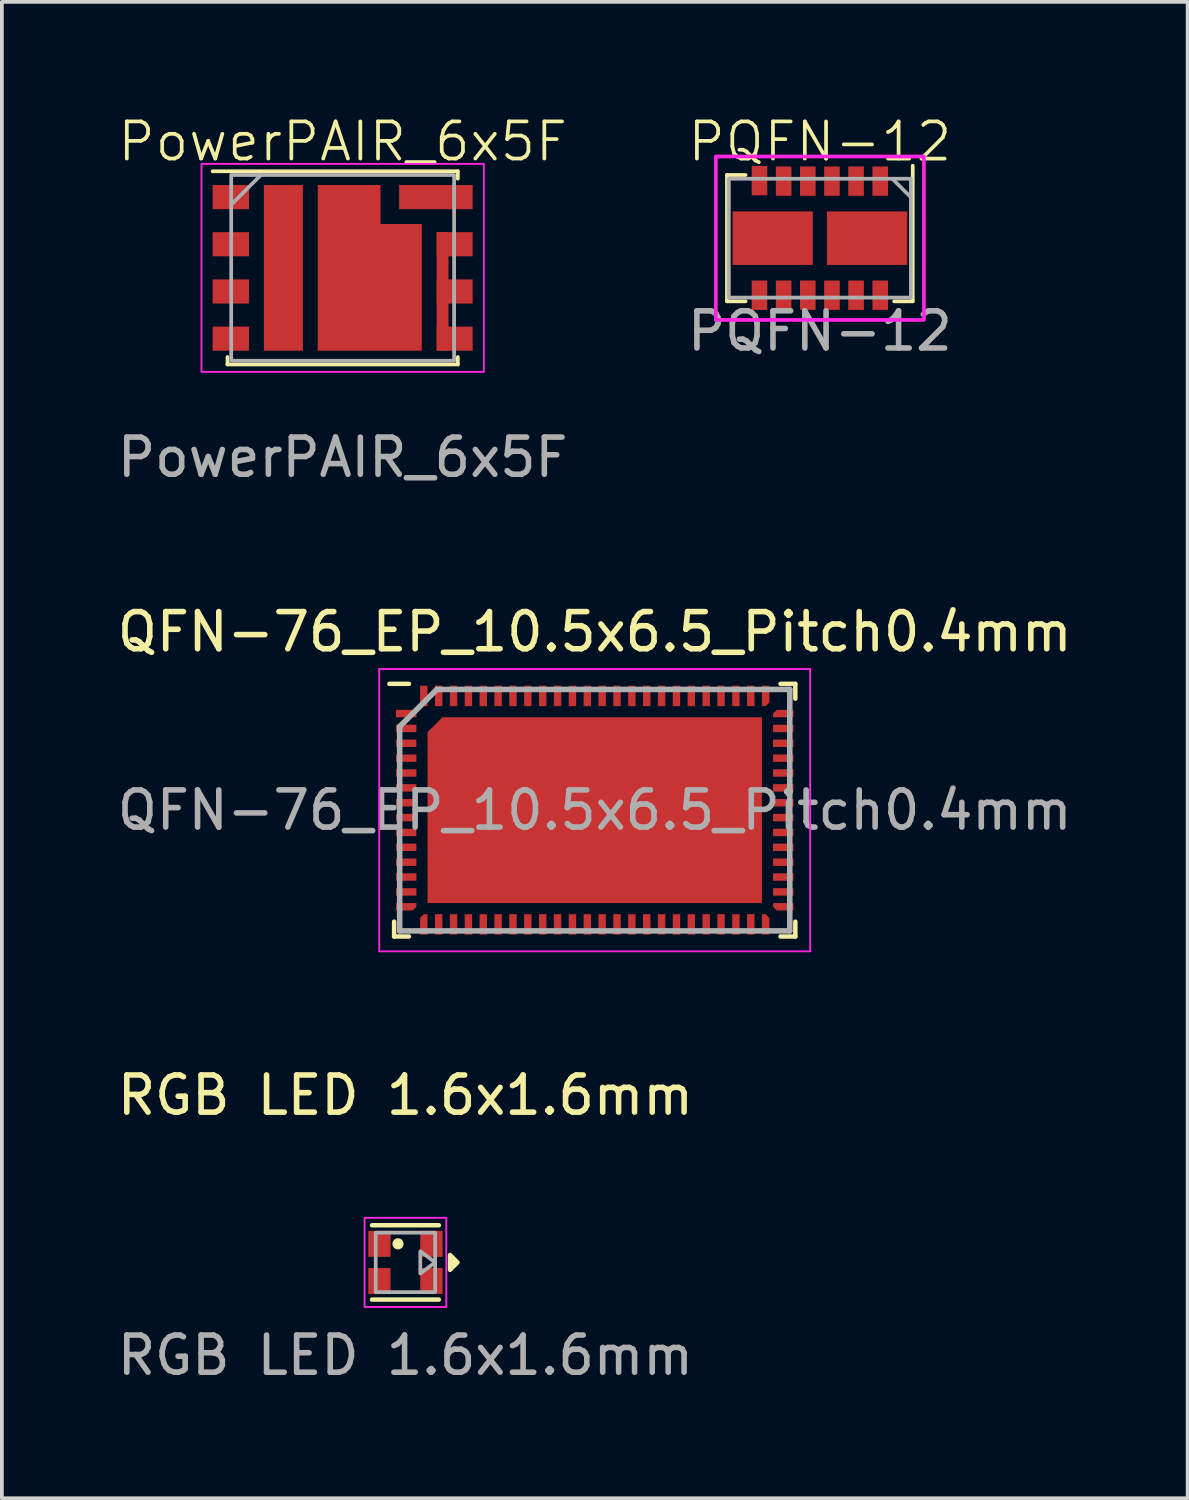
<source format=kicad_pcb>
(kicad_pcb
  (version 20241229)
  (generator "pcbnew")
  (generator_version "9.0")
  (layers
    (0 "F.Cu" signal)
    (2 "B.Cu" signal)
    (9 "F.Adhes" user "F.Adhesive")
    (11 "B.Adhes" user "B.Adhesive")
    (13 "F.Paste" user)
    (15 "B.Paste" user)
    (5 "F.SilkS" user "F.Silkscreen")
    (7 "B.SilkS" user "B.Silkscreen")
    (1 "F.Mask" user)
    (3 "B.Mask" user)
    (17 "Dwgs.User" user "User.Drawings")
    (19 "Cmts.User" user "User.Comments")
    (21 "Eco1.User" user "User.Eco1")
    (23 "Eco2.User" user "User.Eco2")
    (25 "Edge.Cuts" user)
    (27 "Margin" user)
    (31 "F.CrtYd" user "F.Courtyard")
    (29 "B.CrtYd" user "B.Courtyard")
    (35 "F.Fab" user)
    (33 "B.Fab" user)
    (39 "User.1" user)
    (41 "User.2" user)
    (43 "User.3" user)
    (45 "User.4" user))
  (footprint "RGB LED 1.6x1.6mm"
    (layer "F.Cu")
    (at 7.863 30.93)
    (property "Reference" "RGB LED 1.6x1.6mm" (at 0 -4.5 0) (unlocked yes) (layer "F.SilkS") (effects (font (size 1 1) (thickness 0.15))))
    (attr smd)
    (fp_line (start -0.9 -1) (end 0.9 -1) (stroke (width 0.12) (type solid)) (layer "F.SilkS"))
    (fp_line (start -0.9 1) (end 0.9 1) (stroke (width 0.12) (type solid)) (layer "F.SilkS"))
    (fp_circle (center -0.2 -0.5) (end -0.05 -0.5) (stroke (width 0) (type solid)) (fill yes) (layer "F.SilkS"))
    (fp_poly (pts (xy 1.4 0) (xy 1.2 0.2) (xy 1.2 -0.2)) (stroke (width 0.12) (type solid)) (fill yes) (layer "F.SilkS"))
    (fp_rect (start -1.1 -1.2) (end 1.1 1.2) (stroke (width 0.05) (type solid)) (fill no) (layer "F.CrtYd"))
    (fp_rect (start -0.8 -0.8) (end 0.8 0.8) (stroke (width 0.1) (type solid)) (fill no) (layer "F.Fab"))
    (fp_poly (pts (xy 0.8 0) (xy 0.4 0.3) (xy 0.4 -0.3)) (stroke (width 0.1) (type solid)) (fill no) (layer "F.Fab"))
    (fp_text user "${REFERENCE}" (at 0 2.5 0) (unlocked yes) (layer "F.Fab") (effects (font (size 1 1) (thickness 0.15))))
    (pad "1" smd rect (at -0.7 -0.5) (size 0.6 0.7) (layers "F.Cu" "F.Mask" "F.Paste"))
    (pad "2" smd rect (at 0.7 -0.5) (size 0.6 0.7) (layers "F.Cu" "F.Mask" "F.Paste"))
    (pad "3" smd rect (at -0.7 0.5) (size 0.6 0.7) (layers "F.Cu" "F.Mask" "F.Paste"))
    (pad "4" smd rect (at 0.7 0.5) (size 0.6 0.7) (layers "F.Cu" "F.Mask" "F.Paste")))
  (footprint "PQFN-12"
    (layer "F.Cu")
    (at 19.018 3.361)
    (property "Reference" "PQFN-12" (at 0 -2.6 0) (unlocked yes) (layer "F.SilkS") (effects (font (size 1 1) (thickness 0.1))))
    (attr smd)
    (fp_line (start -2.5 -1.7) (end -2.5 1.7) (stroke (width 0.1) (type default)) (layer "F.SilkS"))
    (fp_line (start -2.5 -1.7) (end -2 -1.7) (stroke (width 0.1) (type default)) (layer "F.SilkS"))
    (fp_line (start -2 1.7) (end -2.5 1.7) (stroke (width 0.1) (type default)) (layer "F.SilkS"))
    (fp_line (start 2 1.7) (end 2.5 1.7) (stroke (width 0.1) (type default)) (layer "F.SilkS"))
    (fp_line (start 2.5 1.7) (end 2.5 -1.95) (stroke (width 0.1) (type default)) (layer "F.SilkS"))
    (fp_rect (start -2.8 -2.2) (end 2.8 2.2) (stroke (width 0.1) (type default)) (fill no) (layer "F.CrtYd"))
    (fp_line (start 2.45 -1.1) (end 1.95 -1.6) (stroke (width 0.1) (type default)) (layer "F.Fab"))
    (fp_rect (start -2.45 -1.6) (end 2.45 1.6) (stroke (width 0.1) (type default)) (fill no) (layer "F.Fab"))
    (fp_text user "${REFERENCE}" (at 0 2.5 0) (unlocked yes) (layer "F.Fab") (effects (font (size 1 1) (thickness 0.15))))
    (pad "1" smd trapezoid (at 1.625 -1.535) (size 0.42 0.79) (layers "F.Cu" "F.Mask" "F.Paste"))
    (pad "2" smd trapezoid (at 0.975 -1.535) (size 0.42 0.79) (layers "F.Cu" "F.Mask" "F.Paste"))
    (pad "3" smd trapezoid (at 0.325 -1.535) (size 0.42 0.79) (layers "F.Cu" "F.Mask" "F.Paste"))
    (pad "4" smd trapezoid (at -0.325 -1.535) (size 0.42 0.79) (layers "F.Cu" "F.Mask" "F.Paste"))
    (pad "5" smd trapezoid (at -0.975 -1.535) (size 0.42 0.79) (layers "F.Cu" "F.Mask" "F.Paste"))
    (pad "6" smd trapezoid (at -1.625 -1.55) (size 0.42 0.79) (layers "F.Cu" "F.Mask" "F.Paste"))
    (pad "7" smd trapezoid (at -1.625 1.535) (size 0.42 0.79) (layers "F.Cu" "F.Mask" "F.Paste"))
    (pad "8" smd trapezoid (at -0.975 1.535) (size 0.42 0.79) (layers "F.Cu" "F.Mask" "F.Paste"))
    (pad "9" smd trapezoid (at -0.325 1.535) (size 0.42 0.79) (layers "F.Cu" "F.Mask" "F.Paste"))
    (pad "10" smd trapezoid (at 0.325 1.535) (size 0.42 0.79) (layers "F.Cu" "F.Mask" "F.Paste"))
    (pad "11" smd trapezoid (at 0.975 1.535) (size 0.42 0.79) (layers "F.Cu" "F.Mask" "F.Paste"))
    (pad "12" smd trapezoid (at 1.625 1.535) (size 0.42 0.79) (layers "F.Cu" "F.Mask" "F.Paste"))
    (pad "13" smd trapezoid (at 1.27 0) (size 2.16 1.44) (layers "F.Cu" "F.Mask"))
    (pad "13" smd roundrect (at 1.3 0) (size 1.96 1.24) (layers "F.Cu" "F.Paste") (roundrect_rratio 0.174))
    (pad "14" smd roundrect (at -1.3 0) (size 1.96 1.24) (layers "F.Cu" "F.Paste") (roundrect_rratio 0.174))
    (pad "14" smd trapezoid (at -1.27 0) (size 2.16 1.44) (layers "F.Cu" "F.Mask")))
  (footprint "PowerPAIR_6x5F"
    (layer "F.Cu")
    (at 6.173 4.16)
    (property "Reference" "PowerPAIR_6x5F" (at 0 -3.4 0) (unlocked yes) (layer "F.SilkS") (effects (font (size 1 1) (thickness 0.1))))
    (attr smd)
    (fp_rect (start 2.53 -0.96) (end 2.85 2.23) (stroke (width 0) (type solid)) (fill yes) (layer "F.Cu"))
    (fp_rect (start 2.53 -0.96) (end 2.85 2.23) (stroke (width 0) (type solid)) (fill yes) (layer "F.Mask"))
    (fp_line (start -3.5 -2.6) (end 3.1 -2.6) (stroke (width 0.1) (type default)) (layer "F.SilkS"))
    (fp_line (start -3.1 2.6) (end -3.1 2.4) (stroke (width 0.1) (type default)) (layer "F.SilkS"))
    (fp_line (start 3.1 -2.6) (end 3.1 -2.4) (stroke (width 0.1) (type default)) (layer "F.SilkS"))
    (fp_line (start 3.1 2.4) (end 3.1 2.6) (stroke (width 0.1) (type default)) (layer "F.SilkS"))
    (fp_line (start 3.1 2.6) (end -3.1 2.6) (stroke (width 0.1) (type default)) (layer "F.SilkS"))
    (fp_rect (start -2 -2) (end -1.25 -0.25) (stroke (width 0.1) (type solid)) (fill yes) (layer "F.Paste"))
    (fp_rect (start -2 0.25) (end -1.25 2) (stroke (width 0.1) (type solid)) (fill yes) (layer "F.Paste"))
    (fp_rect (start -0.5 -2) (end 0.75 -0.25) (stroke (width 0.1) (type solid)) (fill yes) (layer "F.Paste"))
    (fp_rect (start -0.5 0.25) (end 0.75 2) (stroke (width 0.1) (type solid)) (fill yes) (layer "F.Paste"))
    (fp_rect (start 1 -1) (end 2 -0.25) (stroke (width 0.1) (type solid)) (fill yes) (layer "F.Paste"))
    (fp_rect (start 1 0.25) (end 2 2) (stroke (width 0.1) (type solid)) (fill yes) (layer "F.Paste"))
    (fp_rect (start -3.8 -2.8) (end 3.8 2.8) (stroke (width 0.05) (type default)) (fill no) (layer "F.CrtYd"))
    (fp_line (start -2.2 -2.5) (end -3 -1.7) (stroke (width 0.1) (type default)) (layer "F.Fab"))
    (fp_rect (start -3 -2.5) (end 3 2.5) (stroke (width 0.1) (type default)) (fill no) (layer "F.Fab"))
    (fp_text user "${REFERENCE}" (at 0 5.1 0) (unlocked yes) (layer "F.Fab") (effects (font (size 1 1) (thickness 0.15))))
    (pad "1" smd trapezoid (at -3.01 -1.905) (size 0.98 0.65) (layers "F.Cu" "F.Mask" "F.Paste"))
    (pad "2" smd trapezoid (at -3.01 -0.635) (size 0.98 0.65) (layers "F.Cu" "F.Mask" "F.Paste"))
    (pad "3" smd trapezoid (at -3.01 0.635) (size 0.98 0.65) (layers "F.Cu" "F.Mask" "F.Paste"))
    (pad "4" smd trapezoid (at -3.01 1.905) (size 0.98 0.65) (layers "F.Cu" "F.Mask" "F.Paste"))
    (pad "5" smd trapezoid (at 3.015 1.905) (size 0.97 0.65) (layers "F.Cu" "F.Mask" "F.Paste"))
    (pad "6" smd trapezoid (at 3.015 0.635) (size 0.97 0.65) (layers "F.Cu" "F.Mask" "F.Paste"))
    (pad "7" smd trapezoid (at 3.015 -0.635) (size 0.97 0.65) (layers "F.Cu" "F.Mask" "F.Paste"))
    (pad "8" smd trapezoid (at 2.51 -1.905) (size 1.98 0.65) (layers "F.Cu" "F.Mask" "F.Paste"))
    (pad "9" smd custom (at 0.175 0) (size 1.69 1.69) (layers "F.Cu" "F.Mask") (options (anchor circle)) (primitives (gr_poly (pts (xy -0.845 -2.23) (xy 0.845 -2.23) (xy 0.845 2.23) (xy -0.845 2.23)) (width 0) (fill yes)) (gr_rect (start 0.345 -1.18) (end 1.955 2.23) (width 0) (fill yes))))
    (pad "10" smd trapezoid (at -1.595 0) (size 1.05 4.46) (layers "F.Cu" "F.Mask")))
  (footprint "QFN-76_EP_10.5x6.5_Pitch0.4mm"
    (layer "F.Cu")
    (at 12.958 18.757)
    (property "Reference" "QFN-76_EP_10.5x6.5_Pitch0.4mm" (at 0 -4.8 0) (unlocked yes) (layer "F.SilkS") (effects (font (size 1 1) (thickness 0.15))))
    (attr smd)
    (fp_line (start -5.4 3.4) (end -5.4 3) (stroke (width 0.12) (type default)) (layer "F.SilkS"))
    (fp_line (start -5 -3.4) (end -5.525 -3.4) (stroke (width 0.12) (type default)) (layer "F.SilkS"))
    (fp_line (start -5 3.4) (end -5.4 3.4) (stroke (width 0.12) (type default)) (layer "F.SilkS"))
    (fp_line (start 5 -3.4) (end 5.4 -3.4) (stroke (width 0.12) (type default)) (layer "F.SilkS"))
    (fp_line (start 5 3.4) (end 5.4 3.4) (stroke (width 0.12) (type default)) (layer "F.SilkS"))
    (fp_line (start 5.4 -3.4) (end 5.4 -3) (stroke (width 0.12) (type default)) (layer "F.SilkS"))
    (fp_line (start 5.4 3.4) (end 5.4 3) (stroke (width 0.12) (type default)) (layer "F.SilkS"))
    (fp_line (start -5.8 -3.8) (end 5.8 -3.8) (stroke (width 0.05) (type default)) (layer "F.CrtYd"))
    (fp_line (start -5.8 3.8) (end -5.8 -3.8) (stroke (width 0.05) (type default)) (layer "F.CrtYd"))
    (fp_line (start 5.8 -3.8) (end 5.8 3.8) (stroke (width 0.05) (type default)) (layer "F.CrtYd"))
    (fp_line (start 5.8 3.8) (end -5.8 3.8) (stroke (width 0.05) (type default)) (layer "F.CrtYd"))
    (fp_line (start -5.25 -2.25) (end -5.25 3.25) (stroke (width 0.15) (type default)) (layer "F.Fab"))
    (fp_line (start -5.25 3.25) (end 5.25 3.25) (stroke (width 0.15) (type default)) (layer "F.Fab"))
    (fp_line (start -4.25 -3.25) (end -5.25 -2.25) (stroke (width 0.15) (type default)) (layer "F.Fab"))
    (fp_line (start 5.25 -3.25) (end -4.25 -3.25) (stroke (width 0.15) (type default)) (layer "F.Fab"))
    (fp_line (start 5.25 3.25) (end 5.25 -3.25) (stroke (width 0.15) (type default)) (layer "F.Fab"))
    (fp_text user "${REFERENCE}" (at 0 0 0) (layer "F.Fab") (effects (font (size 1 1) (thickness 0.15))))
    (pad "" smd roundrect (at -2.25 1.25) (size 3.875 1.875) (layers "F.Paste") (roundrect_rratio 0.25))
    (pad "" smd roundrect (at -2.188 -1.188) (size 3.875 1.875) (layers "F.Paste") (roundrect_rratio 0.25))
    (pad "" smd roundrect (at 2.25 -1.25) (size 3.875 1.875) (layers "F.Paste") (roundrect_rratio 0.25))
    (pad "" smd roundrect (at 2.25 1.25) (size 3.875 1.875) (layers "F.Paste") (roundrect_rratio 0.25))
    (pad "1" smd roundrect (at -5.075 -2.6 90) (size 0.2 0.55) (layers "F.Cu" "F.Mask" "F.Paste") (roundrect_rratio 0) (chamfer_ratio 0.5) (chamfer bottom_right))
    (pad "2" smd rect (at -5.075 -2.2 90) (size 0.2 0.55) (layers "F.Cu" "F.Mask" "F.Paste"))
    (pad "3" smd rect (at -5.075 -1.8 90) (size 0.2 0.55) (layers "F.Cu" "F.Mask" "F.Paste"))
    (pad "4" smd rect (at -5.075 -1.4 90) (size 0.2 0.55) (layers "F.Cu" "F.Mask" "F.Paste"))
    (pad "5" smd rect (at -5.075 -1 90) (size 0.2 0.55) (layers "F.Cu" "F.Mask" "F.Paste"))
    (pad "6" smd rect (at -5.075 -0.6 90) (size 0.2 0.55) (layers "F.Cu" "F.Mask" "F.Paste"))
    (pad "7" smd rect (at -5.075 -0.2 90) (size 0.2 0.55) (layers "F.Cu" "F.Mask" "F.Paste"))
    (pad "8" smd rect (at -5.075 0.2 90) (size 0.2 0.55) (layers "F.Cu" "F.Mask" "F.Paste"))
    (pad "9" smd rect (at -5.075 0.6 90) (size 0.2 0.55) (layers "F.Cu" "F.Mask" "F.Paste"))
    (pad "10" smd rect (at -5.075 1 90) (size 0.2 0.55) (layers "F.Cu" "F.Mask" "F.Paste"))
    (pad "11" smd rect (at -5.075 1.4 90) (size 0.2 0.55) (layers "F.Cu" "F.Mask" "F.Paste"))
    (pad "12" smd rect (at -5.075 1.8 90) (size 0.2 0.55) (layers "F.Cu" "F.Mask" "F.Paste"))
    (pad "13" smd rect (at -5.075 2.2 90) (size 0.2 0.55) (layers "F.Cu" "F.Mask" "F.Paste"))
    (pad "14" smd roundrect (at -5.075 2.6 90) (size 0.2 0.55) (layers "F.Cu" "F.Mask" "F.Paste") (roundrect_rratio 0) (chamfer_ratio 0.5) (chamfer bottom_left))
    (pad "15" smd roundrect (at -4.6 3.075) (size 0.2 0.55) (layers "F.Cu" "F.Mask" "F.Paste") (roundrect_rratio 0) (chamfer_ratio 0.5) (chamfer top_left))
    (pad "16" smd rect (at -4.2 3.075) (size 0.2 0.55) (layers "F.Cu" "F.Mask" "F.Paste"))
    (pad "17" smd rect (at -3.8 3.075) (size 0.2 0.55) (layers "F.Cu" "F.Mask" "F.Paste"))
    (pad "18" smd rect (at -3.4 3.075) (size 0.2 0.55) (layers "F.Cu" "F.Mask" "F.Paste"))
    (pad "19" smd rect (at -3 3.075) (size 0.2 0.55) (layers "F.Cu" "F.Mask" "F.Paste"))
    (pad "20" smd rect (at -2.6 3.075) (size 0.2 0.55) (layers "F.Cu" "F.Mask" "F.Paste"))
    (pad "21" smd rect (at -2.2 3.075) (size 0.2 0.55) (layers "F.Cu" "F.Mask" "F.Paste"))
    (pad "22" smd rect (at -1.8 3.075) (size 0.2 0.55) (layers "F.Cu" "F.Mask" "F.Paste"))
    (pad "23" smd rect (at -1.4 3.075) (size 0.2 0.55) (layers "F.Cu" "F.Mask" "F.Paste"))
    (pad "24" smd rect (at -1 3.075) (size 0.2 0.55) (layers "F.Cu" "F.Mask" "F.Paste"))
    (pad "25" smd rect (at -0.6 3.075) (size 0.2 0.55) (layers "F.Cu" "F.Mask" "F.Paste"))
    (pad "26" smd rect (at -0.2 3.075) (size 0.2 0.55) (layers "F.Cu" "F.Mask" "F.Paste"))
    (pad "27" smd rect (at 0.2 3.075) (size 0.2 0.55) (layers "F.Cu" "F.Mask" "F.Paste"))
    (pad "28" smd rect (at 0.6 3.075) (size 0.2 0.55) (layers "F.Cu" "F.Mask" "F.Paste"))
    (pad "29" smd rect (at 1 3.075) (size 0.2 0.55) (layers "F.Cu" "F.Mask" "F.Paste"))
    (pad "30" smd rect (at 1.4 3.075) (size 0.2 0.55) (layers "F.Cu" "F.Mask" "F.Paste"))
    (pad "31" smd rect (at 1.8 3.075) (size 0.2 0.55) (layers "F.Cu" "F.Mask" "F.Paste"))
    (pad "32" smd rect (at 2.2 3.075) (size 0.2 0.55) (layers "F.Cu" "F.Mask" "F.Paste"))
    (pad "33" smd rect (at 2.6 3.075) (size 0.2 0.55) (layers "F.Cu" "F.Mask" "F.Paste"))
    (pad "34" smd rect (at 3 3.075) (size 0.2 0.55) (layers "F.Cu" "F.Mask" "F.Paste"))
    (pad "35" smd rect (at 3.4 3.075) (size 0.2 0.55) (layers "F.Cu" "F.Mask" "F.Paste"))
    (pad "36" smd rect (at 3.8 3.075) (size 0.2 0.55) (layers "F.Cu" "F.Mask" "F.Paste"))
    (pad "37" smd rect (at 4.2 3.075) (size 0.2 0.55) (layers "F.Cu" "F.Mask" "F.Paste"))
    (pad "38" smd roundrect (at 4.6 3.075) (size 0.2 0.55) (layers "F.Cu" "F.Mask" "F.Paste") (roundrect_rratio 0) (chamfer_ratio 0.5) (chamfer top_right))
    (pad "39" smd roundrect (at 5.075 2.6 90) (size 0.2 0.55) (layers "F.Cu" "F.Mask" "F.Paste") (roundrect_rratio 0) (chamfer_ratio 0.5) (chamfer top_left))
    (pad "40" smd rect (at 5.075 2.2 90) (size 0.2 0.55) (layers "F.Cu" "F.Mask" "F.Paste"))
    (pad "41" smd rect (at 5.075 1.8 90) (size 0.2 0.55) (layers "F.Cu" "F.Mask" "F.Paste"))
    (pad "42" smd rect (at 5.075 1.4 90) (size 0.2 0.55) (layers "F.Cu" "F.Mask" "F.Paste"))
    (pad "43" smd rect (at 5.075 1 90) (size 0.2 0.55) (layers "F.Cu" "F.Mask" "F.Paste"))
    (pad "44" smd rect (at 5.075 0.6 90) (size 0.2 0.55) (layers "F.Cu" "F.Mask" "F.Paste"))
    (pad "45" smd rect (at 5.075 0.2 90) (size 0.2 0.55) (layers "F.Cu" "F.Mask" "F.Paste"))
    (pad "46" smd rect (at 5.075 -0.2 90) (size 0.2 0.55) (layers "F.Cu" "F.Mask" "F.Paste"))
    (pad "47" smd rect (at 5.075 -0.6 90) (size 0.2 0.55) (layers "F.Cu" "F.Mask" "F.Paste"))
    (pad "48" smd rect (at 5.075 -1 90) (size 0.2 0.55) (layers "F.Cu" "F.Mask" "F.Paste"))
    (pad "49" smd rect (at 5.075 -1.4 90) (size 0.2 0.55) (layers "F.Cu" "F.Mask" "F.Paste"))
    (pad "50" smd rect (at 5.075 -1.8 90) (size 0.2 0.55) (layers "F.Cu" "F.Mask" "F.Paste"))
    (pad "51" smd rect (at 5.075 -2.2 90) (size 0.2 0.55) (layers "F.Cu" "F.Mask" "F.Paste"))
    (pad "52" smd roundrect (at 5.075 -2.6 90) (size 0.2 0.55) (layers "F.Cu" "F.Mask" "F.Paste") (roundrect_rratio 0) (chamfer_ratio 0.5) (chamfer top_right))
    (pad "53" smd roundrect (at 4.6 -3.075) (size 0.2 0.55) (layers "F.Cu" "F.Mask" "F.Paste") (roundrect_rratio 0) (chamfer_ratio 0.5) (chamfer bottom_right))
    (pad "54" smd rect (at 4.2 -3.075) (size 0.2 0.55) (layers "F.Cu" "F.Mask" "F.Paste"))
    (pad "55" smd rect (at 3.8 -3.075) (size 0.2 0.55) (layers "F.Cu" "F.Mask" "F.Paste"))
    (pad "56" smd rect (at 3.4 -3.075) (size 0.2 0.55) (layers "F.Cu" "F.Mask" "F.Paste"))
    (pad "57" smd rect (at 3 -3.075) (size 0.2 0.55) (layers "F.Cu" "F.Mask" "F.Paste"))
    (pad "58" smd rect (at 2.6 -3.075) (size 0.2 0.55) (layers "F.Cu" "F.Mask" "F.Paste"))
    (pad "59" smd rect (at 2.2 -3.075) (size 0.2 0.55) (layers "F.Cu" "F.Mask" "F.Paste"))
    (pad "60" smd rect (at 1.8 -3.075) (size 0.2 0.55) (layers "F.Cu" "F.Mask" "F.Paste"))
    (pad "61" smd rect (at 1.4 -3.075) (size 0.2 0.55) (layers "F.Cu" "F.Mask" "F.Paste"))
    (pad "62" smd rect (at 1 -3.075) (size 0.2 0.55) (layers "F.Cu" "F.Mask" "F.Paste"))
    (pad "63" smd rect (at 0.6 -3.075) (size 0.2 0.55) (layers "F.Cu" "F.Mask" "F.Paste"))
    (pad "64" smd rect (at 0.2 -3.075) (size 0.2 0.55) (layers "F.Cu" "F.Mask" "F.Paste"))
    (pad "65" smd rect (at -0.2 -3.075) (size 0.2 0.55) (layers "F.Cu" "F.Mask" "F.Paste"))
    (pad "66" smd rect (at -0.6 -3.075) (size 0.2 0.55) (layers "F.Cu" "F.Mask" "F.Paste"))
    (pad "67" smd rect (at -1 -3.075) (size 0.2 0.55) (layers "F.Cu" "F.Mask" "F.Paste"))
    (pad "68" smd rect (at -1.4 -3.075) (size 0.2 0.55) (layers "F.Cu" "F.Mask" "F.Paste"))
    (pad "69" smd rect (at -1.8 -3.075) (size 0.2 0.55) (layers "F.Cu" "F.Mask" "F.Paste"))
    (pad "70" smd rect (at -2.2 -3.075) (size 0.2 0.55) (layers "F.Cu" "F.Mask" "F.Paste"))
    (pad "71" smd rect (at -2.6 -3.075) (size 0.2 0.55) (layers "F.Cu" "F.Mask" "F.Paste"))
    (pad "72" smd rect (at -3 -3.075) (size 0.2 0.55) (layers "F.Cu" "F.Mask" "F.Paste"))
    (pad "73" smd rect (at -3.4 -3.075) (size 0.2 0.55) (layers "F.Cu" "F.Mask" "F.Paste"))
    (pad "74" smd rect (at -3.8 -3.075) (size 0.2 0.55) (layers "F.Cu" "F.Mask" "F.Paste"))
    (pad "75" smd rect (at -4.2 -3.075) (size 0.2 0.55) (layers "F.Cu" "F.Mask" "F.Paste"))
    (pad "76" smd roundrect (at -4.6 -3.075) (size 0.2 0.55) (layers "F.Cu" "F.Mask" "F.Paste") (roundrect_rratio 0) (chamfer_ratio 0.5) (chamfer bottom_left))
    (pad "77" smd roundrect (at 0 0) (size 9 5) (layers "F.Cu" "F.Mask") (roundrect_rratio 0) (chamfer_ratio 0.08) (chamfer top_left)))
  (gr_rect
    (start -3 -3)
    (end 28.917 37.279)
    (stroke (width 0.1) (type default))
    (fill no)
    (layer "Edge.Cuts")))
</source>
